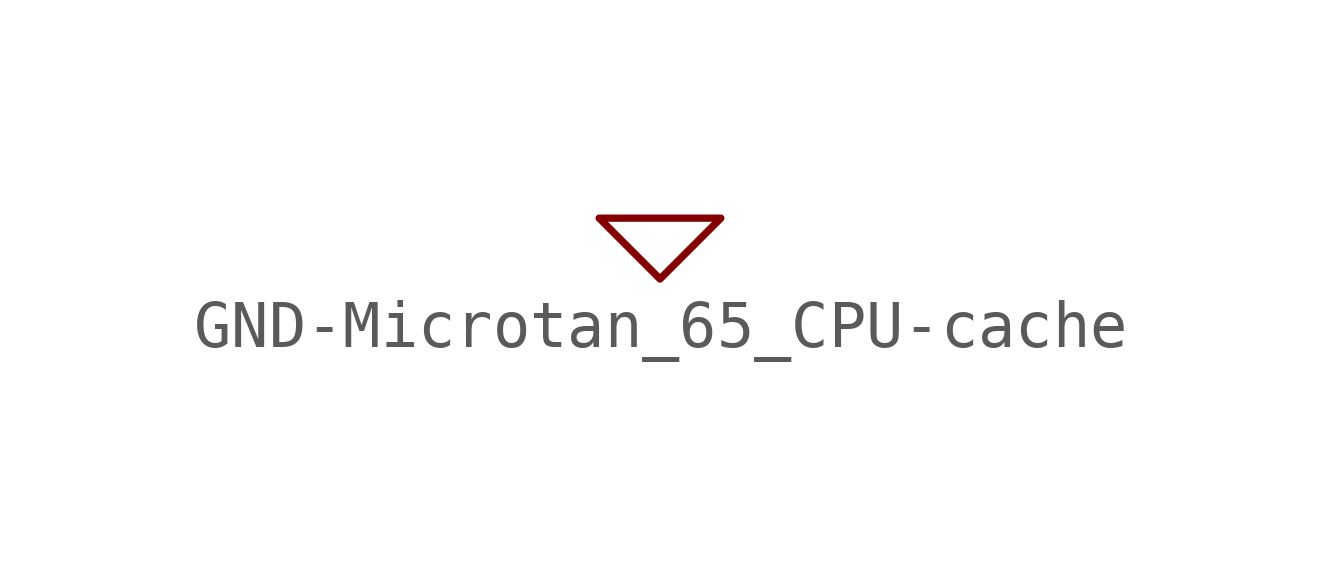
<source format=kicad_sym>
(kicad_symbol_lib
  (version 20231120)
  (generator "kicad_symbol_editor")
  (generator_version "8.0")
  (symbol "GND-Microtan_65_CPU-cache"
    (power)
    (pin_names
      (offset 0))
    (property "Reference" "#PWR"
      (at 0 0 0)
      (effects (font (size 0.762 0.762)) (hide yes)))
    (property "Footprint" ""
      (at 0 0 0)
      (effects (font (size 1.524 1.524))))
    (property "Datasheet" ""
      (at 0 0 0)
      (effects (font (size 1.524 1.524))))
    (symbol "GND-Microtan_65_CPU-cache_0_1"
      (polyline (pts (xy -1.27 0) (xy 0 -1.27) (xy 1.27 0) (xy -1.27 0)) (stroke (width 0) (type solid)) (fill (type none))))
    (symbol "GND-Microtan_65_CPU-cache_1_1"
      (pin power_in line (at 0 0 90) (length 0) hide (name "GND" (effects (font (size 0.762 0.762)))) (number "1" (effects (font (size 0.762 0.762))))))))
</source>
